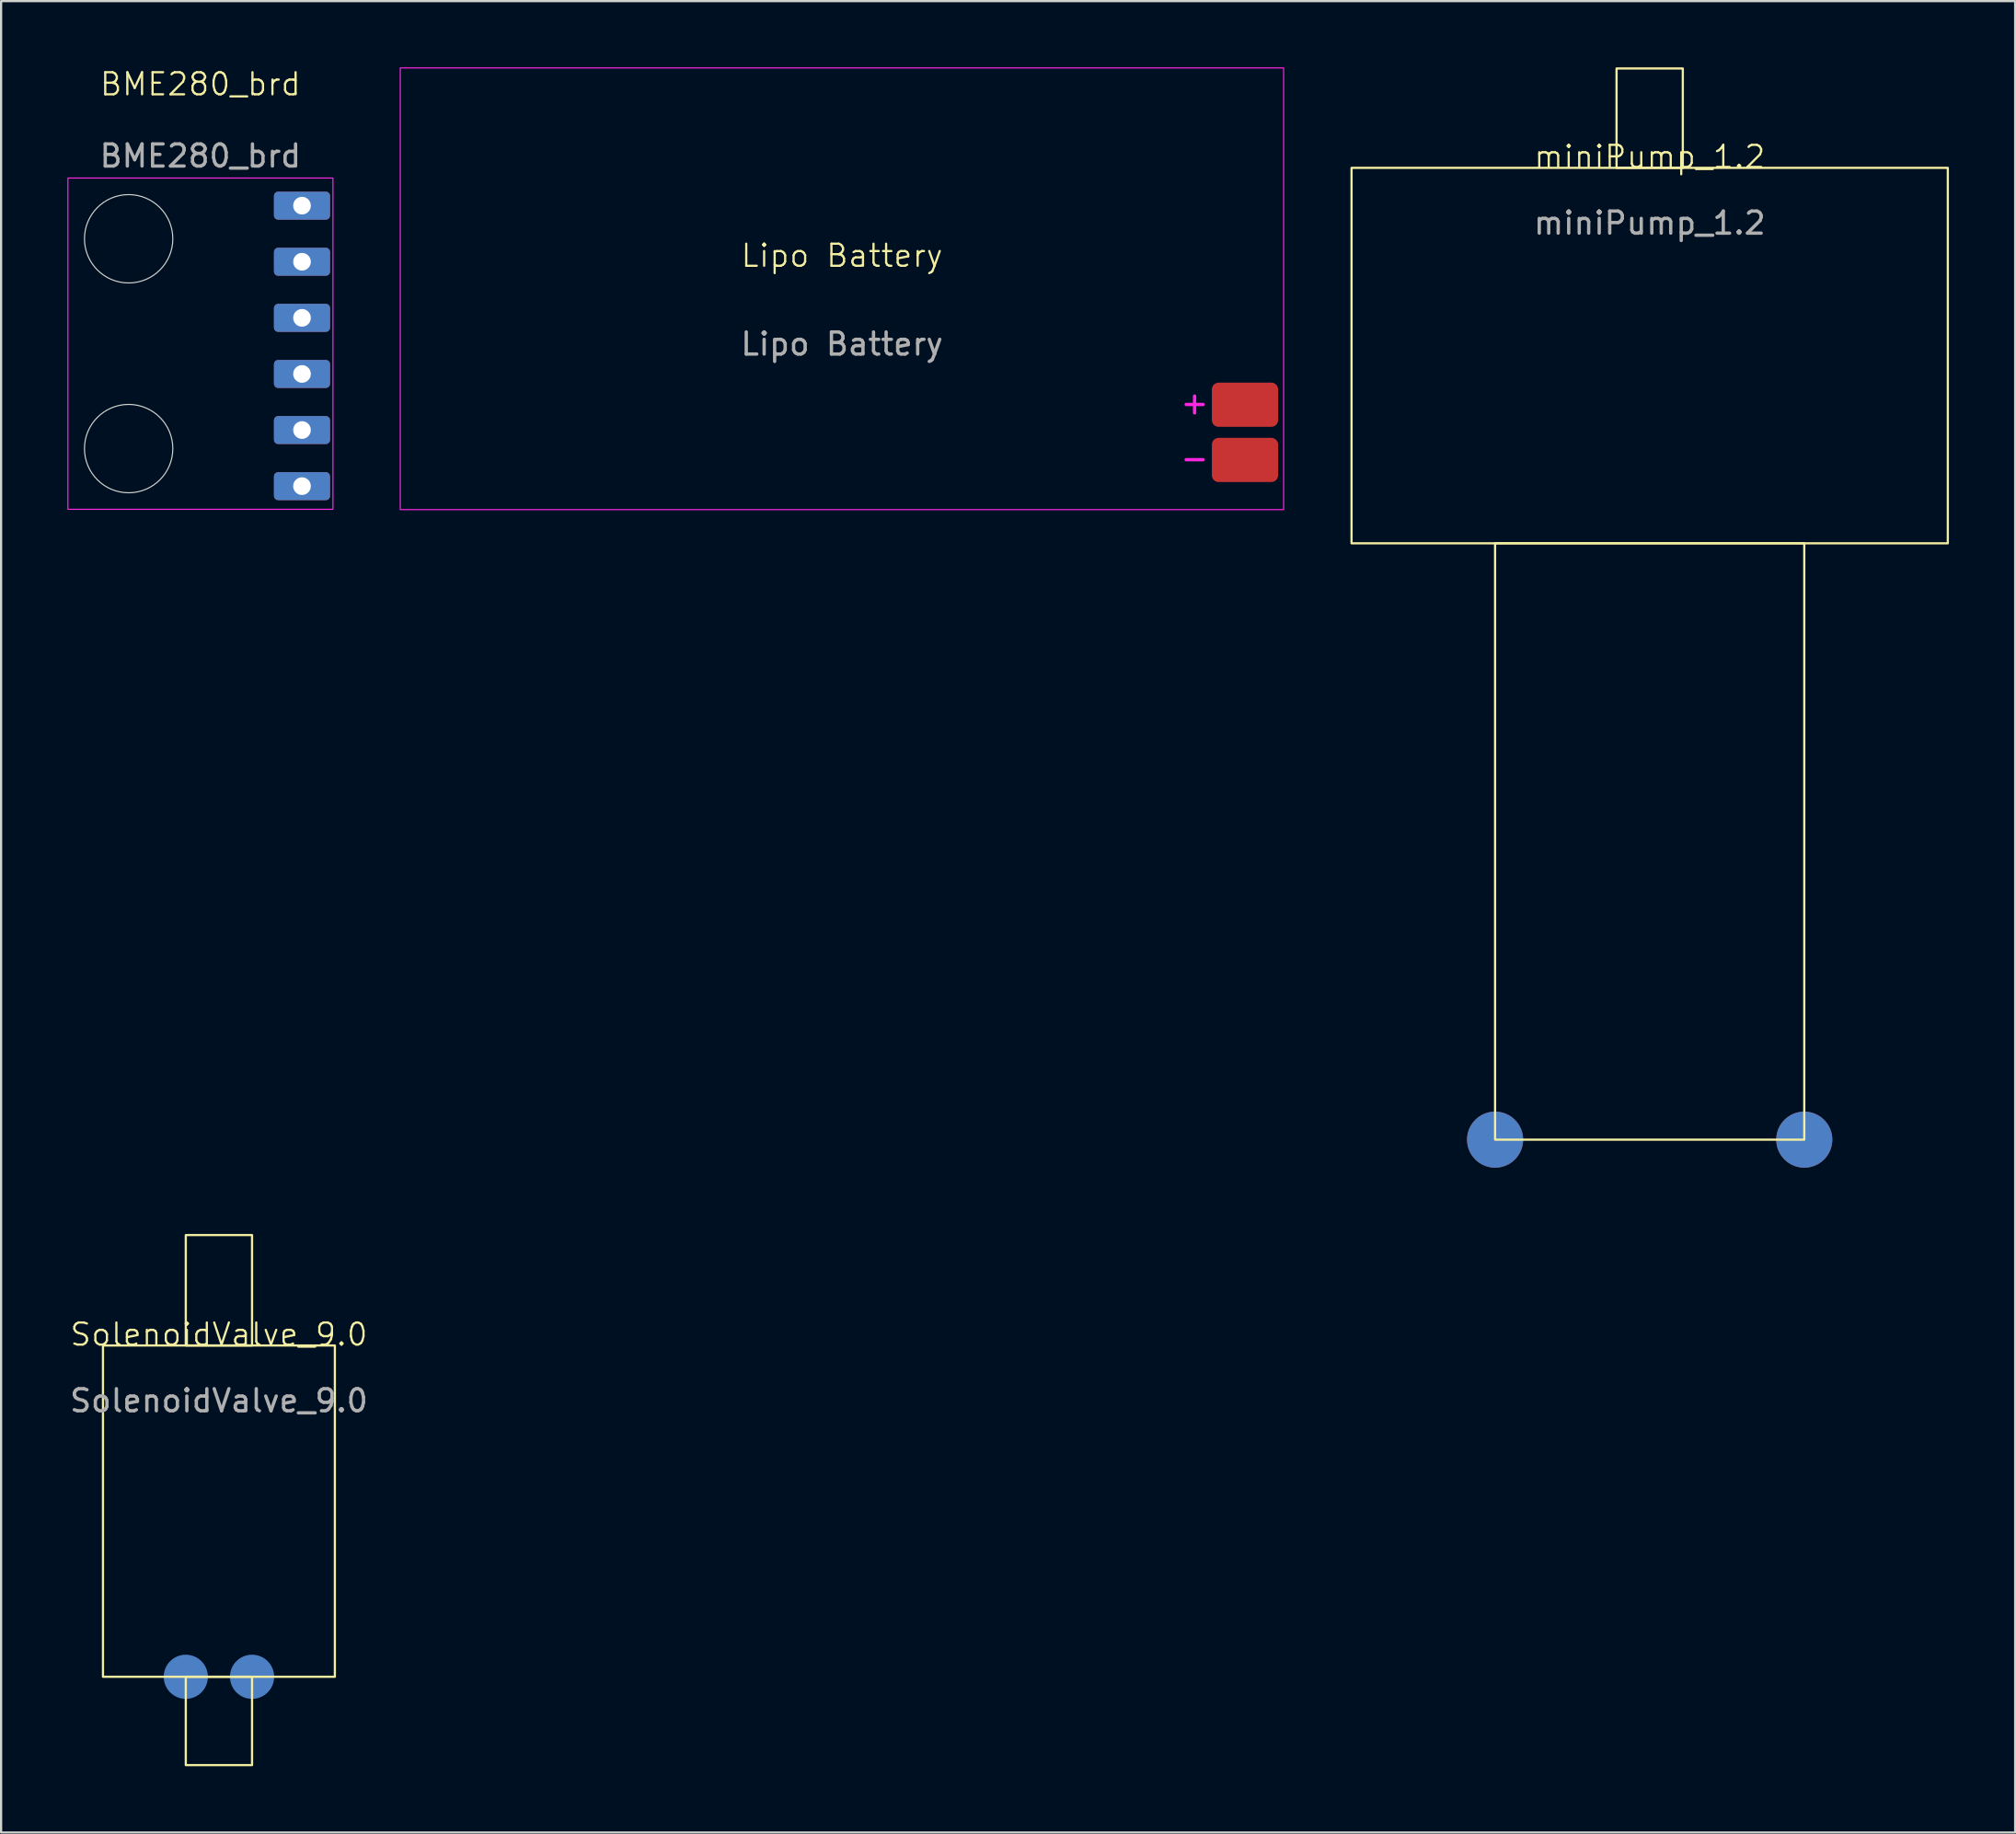
<source format=kicad_pcb>
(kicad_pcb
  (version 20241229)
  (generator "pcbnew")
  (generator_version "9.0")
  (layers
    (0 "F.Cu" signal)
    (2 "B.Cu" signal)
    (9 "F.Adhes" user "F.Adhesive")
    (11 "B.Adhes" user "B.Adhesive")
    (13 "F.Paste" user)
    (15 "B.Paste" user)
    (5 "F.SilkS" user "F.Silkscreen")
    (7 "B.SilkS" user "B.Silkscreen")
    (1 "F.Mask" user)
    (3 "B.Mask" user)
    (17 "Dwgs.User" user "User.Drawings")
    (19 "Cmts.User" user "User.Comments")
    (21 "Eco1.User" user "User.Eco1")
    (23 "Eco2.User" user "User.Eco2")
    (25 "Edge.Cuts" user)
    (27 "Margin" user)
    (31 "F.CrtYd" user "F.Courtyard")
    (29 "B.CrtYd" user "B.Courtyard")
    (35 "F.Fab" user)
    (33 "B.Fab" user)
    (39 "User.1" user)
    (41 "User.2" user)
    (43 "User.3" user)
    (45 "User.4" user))
  (footprint "SolenoidValve_9.0"
    (layer "F.Cu")
    (at 6.863 57.87)
    (property "Reference" "SolenoidValve_9.0" (at 0 -0.5 0) (unlocked yes) (layer "F.SilkS") (effects (font (size 1 1) (thickness 0.1))))
    (attr through_hole)
    (fp_rect (start -5.25 0) (end 5.25 15) (stroke (width 0.1) (type default)) (fill no) (layer "F.SilkS"))
    (fp_rect (start -1.5 -5) (end 1.5 0) (stroke (width 0.1) (type default)) (fill no) (layer "F.SilkS"))
    (fp_rect (start -1.5 15) (end 1.5 19) (stroke (width 0.1) (type default)) (fill no) (layer "F.SilkS"))
    (fp_text user "${REFERENCE}" (at 0 2.5 0) (unlocked yes) (layer "F.Fab") (effects (font (size 1 1) (thickness 0.15))))
    (pad "1" smd circle (at -1.5 15) (size 2 2) (layers "*.Mask" "B.Cu"))
    (pad "2" smd circle (at 1.5 15) (size 2 2) (layers "*.Mask" "B.Cu")))
  (footprint "BME280_brd"
    (layer "F.Cu")
    (at 6.025 12.511)
    (property "Reference" "BME280_brd" (at 0 -11.75 0) (unlocked yes) (layer "F.SilkS") (effects (font (size 1 1) (thickness 0.1))))
    (attr through_hole)
    (fp_circle (center -3.25 -4.75) (end -1.25 -4.75) (stroke (width 0.05) (type default)) (fill no) (layer "Edge.Cuts"))
    (fp_circle (center -3.25 4.75) (end -1.25 4.75) (stroke (width 0.05) (type default)) (fill no) (layer "Edge.Cuts"))
    (fp_rect (start -6 -7.5) (end 6 7.5) (stroke (width 0.05) (type default)) (fill no) (layer "F.CrtYd"))
    (fp_text user "${REFERENCE}" (at 0 -8.5 0) (unlocked yes) (layer "F.Fab") (effects (font (size 1 1) (thickness 0.15))))
    (pad "1" thru_hole roundrect (at 4.6 -6.25) (size 2.54 1.27) (drill 0.8) (layers "*.Cu" "*.Mask") (roundrect_rratio 0.15))
    (pad "2" thru_hole roundrect (at 4.6 -3.71) (size 2.54 1.27) (drill 0.8) (layers "*.Cu" "*.Mask") (roundrect_rratio 0.15))
    (pad "3" thru_hole roundrect (at 4.6 -1.17) (size 2.54 1.27) (drill 0.8) (layers "*.Cu" "*.Mask") (roundrect_rratio 0.15))
    (pad "4" thru_hole roundrect (at 4.6 1.37) (size 2.54 1.27) (drill 0.8) (layers "*.Cu" "*.Mask") (roundrect_rratio 0.15))
    (pad "5" thru_hole roundrect (at 4.6 3.91) (size 2.54 1.27) (drill 0.8) (layers "*.Cu" "*.Mask") (roundrect_rratio 0.15))
    (pad "6" thru_hole roundrect (at 4.6 6.45) (size 2.54 1.27) (drill 0.8) (layers "*.Cu" "*.Mask") (roundrect_rratio 0.15)))
  (footprint "Lipo Battery"
    (layer "F.Cu")
    (at 35.075 9.525)
    (property "Reference" "Lipo Battery" (at 0 -1 0) (unlocked yes) (layer "F.SilkS") (effects (font (size 1 1) (thickness 0.1))))
    (attr through_hole)
    (fp_rect (start -20 -9.5) (end 20 10.5) (stroke (width 0.05) (type solid)) (fill no) (layer "F.CrtYd"))
    (fp_text user "-" (at 15.25 8.75 0) (unlocked yes) (layer "F.CrtYd") (effects (font (size 1 1) (thickness 0.15)) (justify left bottom)))
    (fp_text user "+" (at 15.25 6.25 0) (unlocked yes) (layer "F.CrtYd") (effects (font (size 1 1) (thickness 0.15)) (justify left bottom)))
    (fp_text user "${REFERENCE}" (at 0 3 0) (unlocked yes) (layer "F.Fab") (effects (font (size 1 1) (thickness 0.15))))
    (pad "1" smd roundrect (at 18.25 5.75) (size 3 2) (layers "F.Cu") (roundrect_rratio 0.15))
    (pad "2" smd roundrect (at 18.25 8.25) (size 3 2) (layers "F.Cu" "F.Mask" "F.Paste") (roundrect_rratio 0.15)))
  (footprint "miniPump_1.2"
    (layer "F.Cu")
    (at 71.65 4.55)
    (property "Reference" "miniPump_1.2" (at 0 -0.5 0) (unlocked yes) (layer "F.SilkS") (effects (font (size 1 1) (thickness 0.1))))
    (attr through_hole)
    (fp_rect (start -13.5 0) (end 13.5 17) (stroke (width 0.1) (type default)) (fill no) (layer "F.SilkS"))
    (fp_rect (start -7 17) (end 7 44) (stroke (width 0.1) (type default)) (fill no) (layer "F.SilkS"))
    (fp_rect (start -1.5 -4.5) (end 1.5 0) (stroke (width 0.1) (type default)) (fill no) (layer "F.SilkS"))
    (fp_text user "${REFERENCE}" (at 0 2.5 0) (unlocked yes) (layer "F.Fab") (effects (font (size 1 1) (thickness 0.15))))
    (pad "1" thru_hole circle (at -7 44) (size 2.54 2.54) (drill 0.000001) (layers "*.Cu" "*.Mask"))
    (pad "2" thru_hole circle (at 7 44) (size 2.54 2.54) (drill 0.000001) (layers "*.Cu" "*.Mask")))
  (gr_rect
    (start -3 -3)
    (end 88.2 79.92)
    (stroke (width 0.1) (type default))
    (fill no)
    (layer "Edge.Cuts")))
</source>
